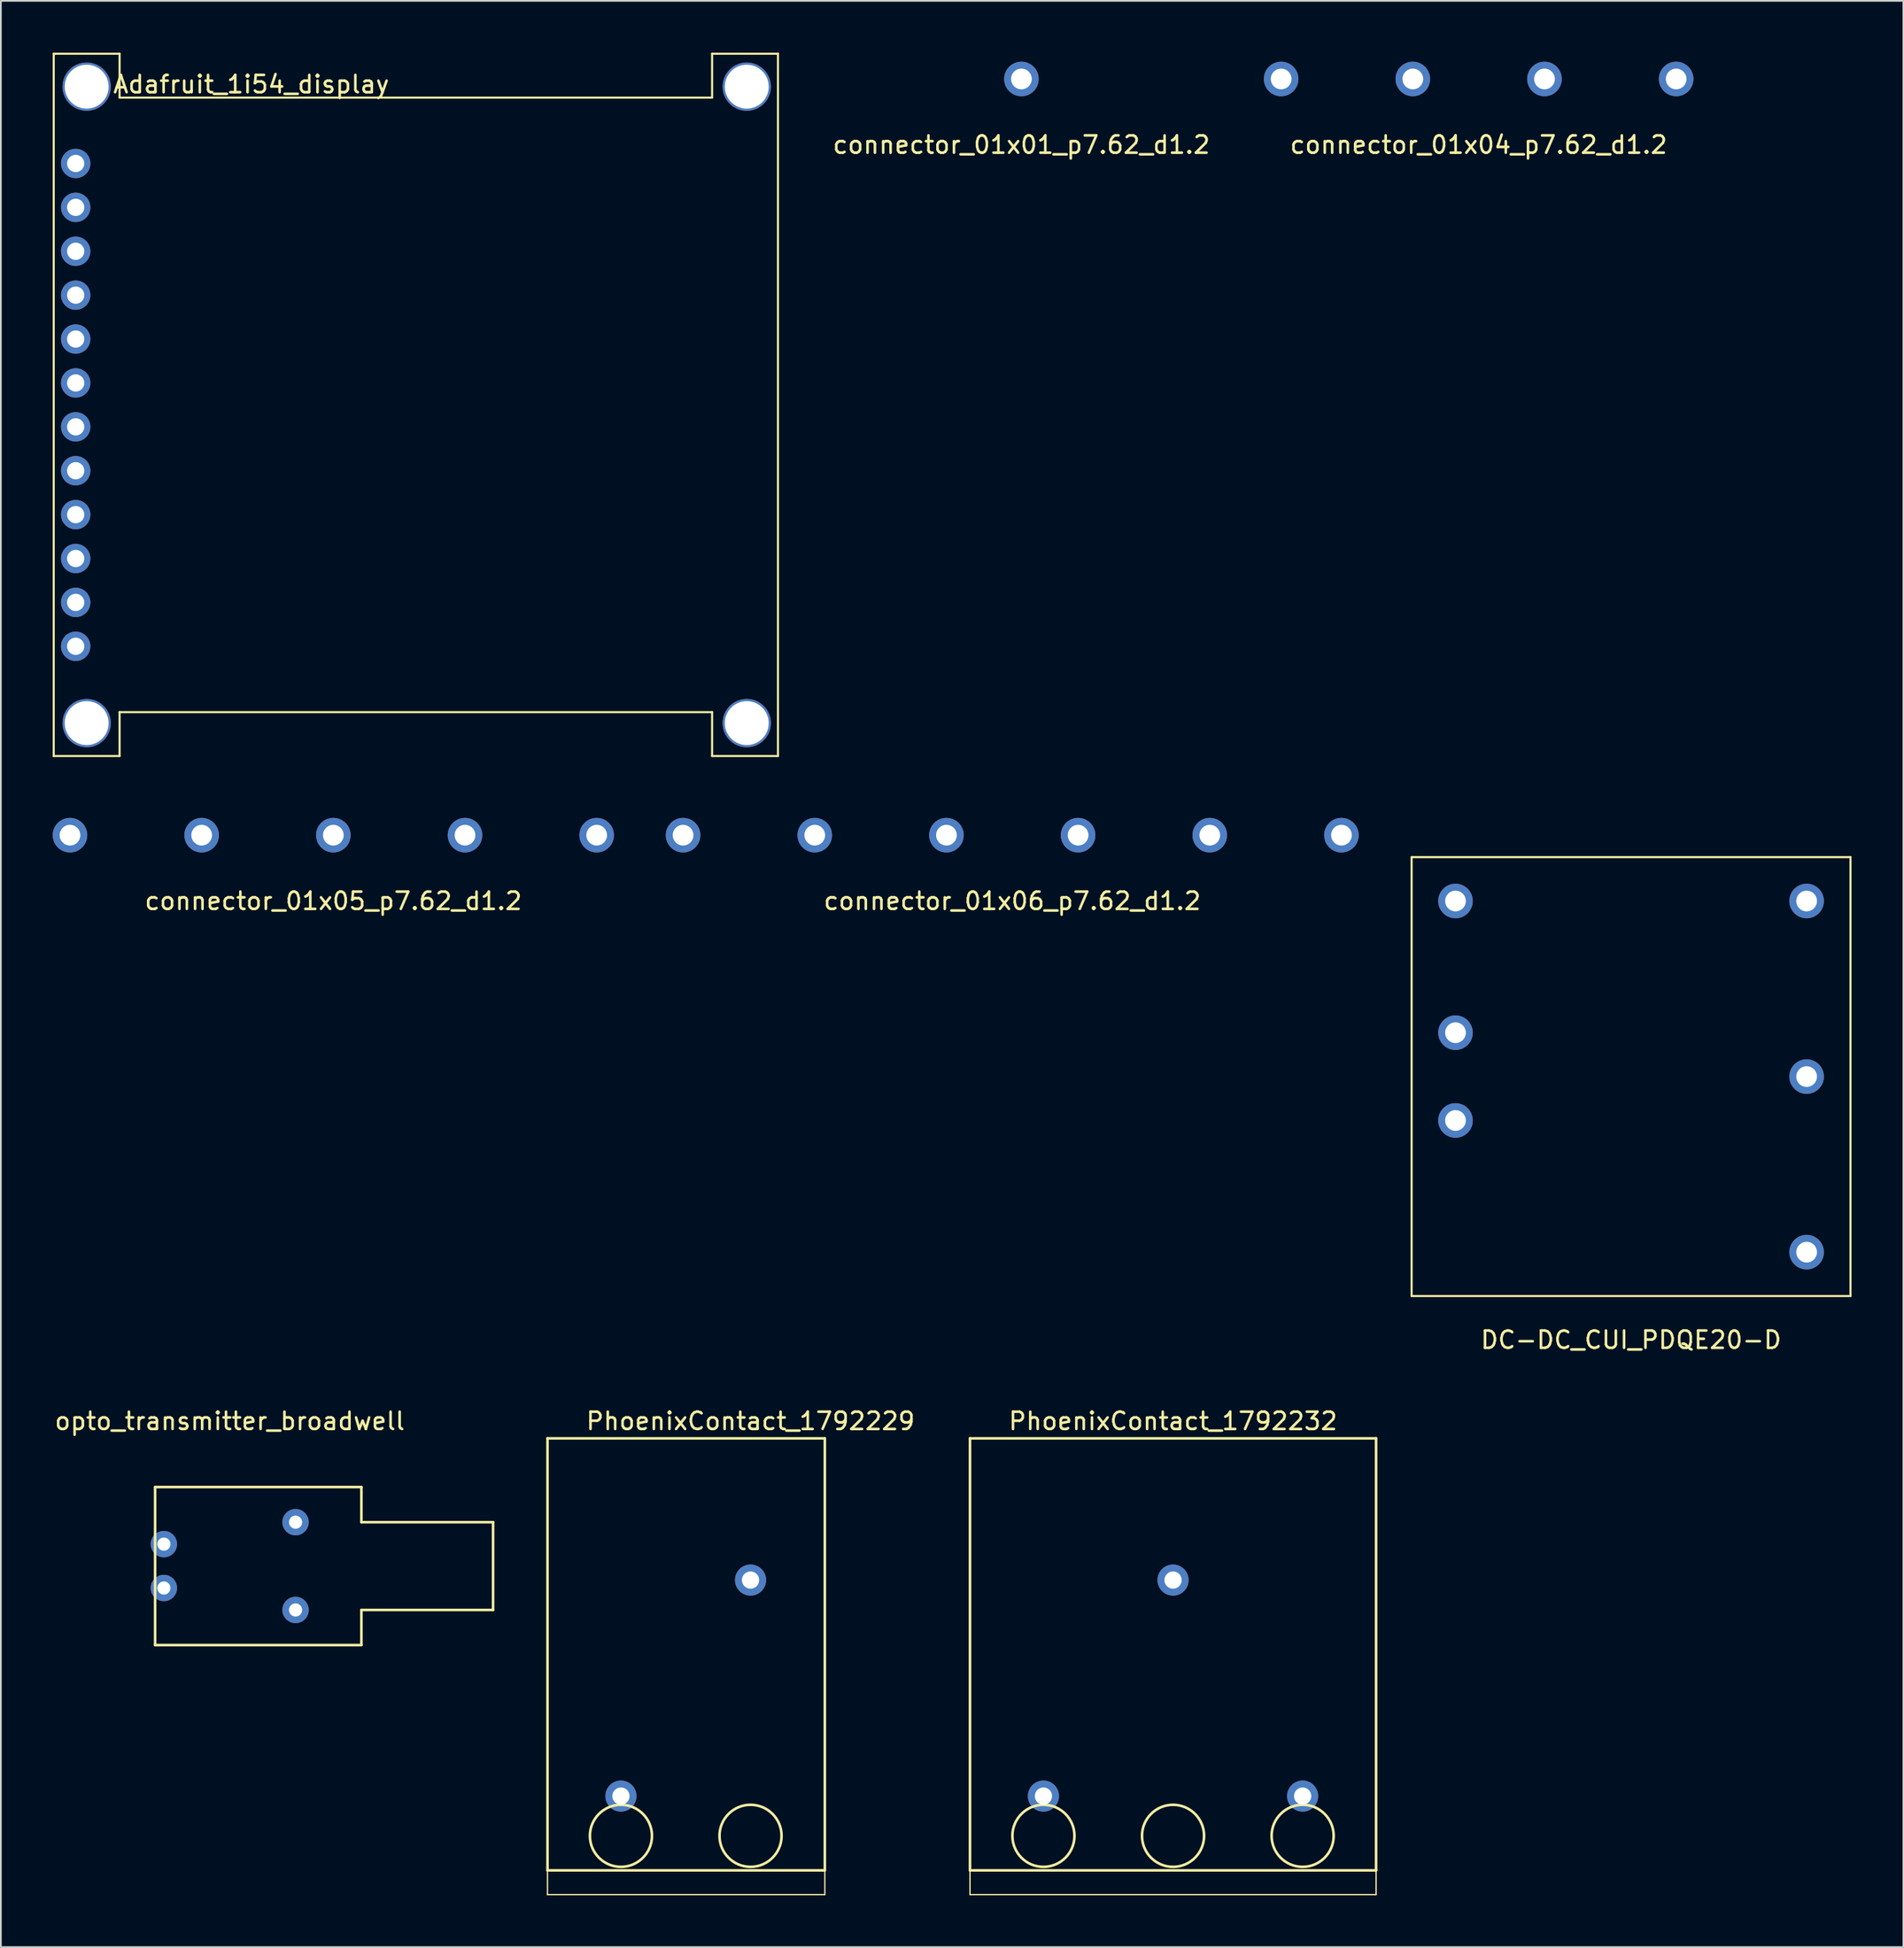
<source format=kicad_pcb>
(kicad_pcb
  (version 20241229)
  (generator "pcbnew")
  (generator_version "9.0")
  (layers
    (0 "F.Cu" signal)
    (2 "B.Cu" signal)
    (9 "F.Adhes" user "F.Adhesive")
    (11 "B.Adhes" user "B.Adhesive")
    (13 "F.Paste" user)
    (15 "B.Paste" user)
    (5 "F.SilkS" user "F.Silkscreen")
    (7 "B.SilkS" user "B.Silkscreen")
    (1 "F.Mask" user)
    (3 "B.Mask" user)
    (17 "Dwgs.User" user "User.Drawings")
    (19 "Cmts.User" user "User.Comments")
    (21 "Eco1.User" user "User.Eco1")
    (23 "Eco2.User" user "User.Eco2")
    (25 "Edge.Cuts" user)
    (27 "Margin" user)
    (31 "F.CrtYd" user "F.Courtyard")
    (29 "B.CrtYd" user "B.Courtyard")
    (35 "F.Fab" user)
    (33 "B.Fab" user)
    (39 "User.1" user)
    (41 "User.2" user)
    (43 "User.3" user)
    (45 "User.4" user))
  (footprint "Adafruit_1i54_display"
    (layer "F.Cu")
    (at 11.49 1.33)
    (property "Reference" "Adafruit_1i54_display" (at 0 0.5 0) (layer "F.SilkS") (effects (font (size 1 1) (thickness 0.15))))
    (attr through_hole)
    (fp_line (start -11.43 -1.27) (end -11.43 39.37) (stroke (width 0.12) (type solid)) (layer "F.SilkS"))
    (fp_line (start -11.43 39.37) (end -7.62 39.37) (stroke (width 0.12) (type solid)) (layer "F.SilkS"))
    (fp_line (start -7.62 -1.27) (end -11.43 -1.27) (stroke (width 0.12) (type solid)) (layer "F.SilkS"))
    (fp_line (start -7.62 1.27) (end -7.62 -1.27) (stroke (width 0.12) (type solid)) (layer "F.SilkS"))
    (fp_line (start -7.62 36.83) (end 26.67 36.83) (stroke (width 0.12) (type solid)) (layer "F.SilkS"))
    (fp_line (start -7.62 39.37) (end -7.62 36.83) (stroke (width 0.12) (type solid)) (layer "F.SilkS"))
    (fp_line (start 26.67 -1.27) (end 26.67 1.27) (stroke (width 0.12) (type solid)) (layer "F.SilkS"))
    (fp_line (start 26.67 1.27) (end -7.62 1.27) (stroke (width 0.12) (type solid)) (layer "F.SilkS"))
    (fp_line (start 26.67 36.83) (end 26.67 39.37) (stroke (width 0.12) (type solid)) (layer "F.SilkS"))
    (fp_line (start 26.67 39.37) (end 30.48 39.37) (stroke (width 0.12) (type solid)) (layer "F.SilkS"))
    (fp_line (start 30.48 -1.27) (end 26.67 -1.27) (stroke (width 0.12) (type solid)) (layer "F.SilkS"))
    (fp_line (start 30.48 39.37) (end 30.48 -1.27) (stroke (width 0.12) (type solid)) (layer "F.SilkS"))
    (pad "" thru_hole circle (at -9.525 0.635) (size 2.794 2.794) (drill 2.54) (layers "*.Cu" "*.Mask"))
    (pad "" thru_hole circle (at -9.525 37.465) (size 2.794 2.794) (drill 2.54) (layers "*.Cu" "*.Mask"))
    (pad "" thru_hole circle (at 28.675 0.635) (size 2.794 2.794) (drill 2.54) (layers "*.Cu" "*.Mask"))
    (pad "" thru_hole circle (at 28.675 37.465) (size 2.794 2.794) (drill 2.54) (layers "*.Cu" "*.Mask"))
    (pad "1" thru_hole circle (at -10.16 5.08) (size 1.7 1.7) (drill 1) (layers "*.Cu" "*.Mask"))
    (pad "2" thru_hole circle (at -10.16 7.62) (size 1.7 1.7) (drill 1) (layers "*.Cu" "*.Mask"))
    (pad "3" thru_hole circle (at -10.16 10.16) (size 1.7 1.7) (drill 1) (layers "*.Cu" "*.Mask"))
    (pad "4" thru_hole circle (at -10.16 12.7) (size 1.7 1.7) (drill 1) (layers "*.Cu" "*.Mask"))
    (pad "5" thru_hole circle (at -10.16 15.24) (size 1.7 1.7) (drill 1) (layers "*.Cu" "*.Mask"))
    (pad "6" thru_hole circle (at -10.16 17.78) (size 1.7 1.7) (drill 1) (layers "*.Cu" "*.Mask"))
    (pad "7" thru_hole circle (at -10.16 20.32) (size 1.7 1.7) (drill 1) (layers "*.Cu" "*.Mask"))
    (pad "8" thru_hole circle (at -10.16 22.86) (size 1.7 1.7) (drill 1) (layers "*.Cu" "*.Mask"))
    (pad "9" thru_hole circle (at -10.16 25.4) (size 1.7 1.7) (drill 1) (layers "*.Cu" "*.Mask"))
    (pad "10" thru_hole circle (at -10.16 27.94) (size 1.7 1.7) (drill 1) (layers "*.Cu" "*.Mask"))
    (pad "11" thru_hole circle (at -10.16 30.48) (size 1.7 1.7) (drill 1) (layers "*.Cu" "*.Mask"))
    (pad "12" thru_hole circle (at -10.16 33.02) (size 1.7 1.7) (drill 1) (layers "*.Cu" "*.Mask")))
  (footprint "PhoenixContact_1792232"
    (layer "F.Cu")
    (at 64.834 78.686)
    (property "Reference" "PhoenixContact_1792232" (at 0 0.5 0) (layer "F.SilkS") (effects (font (size 1 1) (thickness 0.15))))
    (attr through_hole)
    (fp_line (start -11.75 1.5) (end 11.75 1.5) (stroke (width 0.15) (type solid)) (layer "F.SilkS"))
    (fp_line (start -11.75 26.5) (end -11.75 1.5) (stroke (width 0.15) (type solid)) (layer "F.SilkS"))
    (fp_line (start -11.75 27.9) (end -11.75 26.5) (stroke (width 0.075) (type solid)) (layer "F.SilkS"))
    (fp_line (start 11.75 1.5) (end 11.75 26.5) (stroke (width 0.15) (type solid)) (layer "F.SilkS"))
    (fp_line (start 11.75 26.4) (end 11.75 27.9) (stroke (width 0.075) (type solid)) (layer "F.SilkS"))
    (fp_line (start 11.75 26.5) (end -11.75 26.5) (stroke (width 0.15) (type solid)) (layer "F.SilkS"))
    (fp_line (start 11.75 27.9) (end -11.75 27.9) (stroke (width 0.075) (type solid)) (layer "F.SilkS"))
    (fp_circle (center -7.5 24.5) (end -8.77 25.77) (stroke (width 0.15) (type solid)) (fill no) (layer "F.SilkS"))
    (fp_circle (center 0 24.5) (end -1.27 23.23) (stroke (width 0.15) (type solid)) (fill no) (layer "F.SilkS"))
    (fp_circle (center 7.5 24.5) (end 6.23 23.23) (stroke (width 0.15) (type solid)) (fill no) (layer "F.SilkS"))
    (pad "1" thru_hole circle (at -7.5 22.2) (size 1.8 1.8) (drill 1) (layers "*.Cu" "*.Mask"))
    (pad "2" thru_hole circle (at 0 9.7) (size 1.8 1.8) (drill 1) (layers "*.Cu" "*.Mask"))
    (pad "3" thru_hole circle (at 7.5 22.2) (size 1.8 1.8) (drill 1) (layers "*.Cu" "*.Mask")))
  (footprint "connector_01x05_p7.62_d1.2"
    (layer "F.Cu")
    (at 16.24 44.01)
    (property "Reference" "connector_01x05_p7.62_d1.2" (at 0 5.08 0) (layer "F.SilkS") (effects (font (size 1 1) (thickness 0.15))))
    (attr through_hole)
    (pad "1" thru_hole circle (at -15.24 1.27) (size 2 2) (drill 1.2) (layers "*.Cu" "*.Mask"))
    (pad "2" thru_hole circle (at -7.62 1.27) (size 2 2) (drill 1.2) (layers "*.Cu" "*.Mask"))
    (pad "3" thru_hole circle (at 0 1.27) (size 2 2) (drill 1.2) (layers "*.Cu" "*.Mask"))
    (pad "4" thru_hole circle (at 7.62 1.27) (size 2 2) (drill 1.2) (layers "*.Cu" "*.Mask"))
    (pad "5" thru_hole circle (at 15.24 1.27) (size 2 2) (drill 1.2) (layers "*.Cu" "*.Mask")))
  (footprint "connector_01x04_p7.62_d1.2"
    (layer "F.Cu")
    (at 82.52 0.25)
    (property "Reference" "connector_01x04_p7.62_d1.2" (at 0 5.08 0) (layer "F.SilkS") (effects (font (size 1 1) (thickness 0.15))))
    (attr through_hole)
    (pad "1" thru_hole circle (at -11.43 1.27) (size 2 2) (drill 1.2) (layers "*.Cu" "*.Mask"))
    (pad "2" thru_hole circle (at -3.81 1.27) (size 2 2) (drill 1.2) (layers "*.Cu" "*.Mask"))
    (pad "3" thru_hole circle (at 3.81 1.27) (size 2 2) (drill 1.2) (layers "*.Cu" "*.Mask"))
    (pad "4" thru_hole circle (at 11.43 1.27) (size 2 2) (drill 1.2) (layers "*.Cu" "*.Mask")))
  (footprint "DC-DC_CUI_PDQE20-D"
    (layer "F.Cu")
    (at 91.34 44.01)
    (property "Reference" "DC-DC_CUI_PDQE20-D" (at 0 30.48 0) (layer "F.SilkS") (effects (font (size 1 1) (thickness 0.15))))
    (attr through_hole)
    (fp_line (start -12.7 2.54) (end -12.7 27.94) (stroke (width 0.12) (type solid)) (layer "F.SilkS"))
    (fp_line (start -12.7 27.94) (end 12.7 27.94) (stroke (width 0.12) (type solid)) (layer "F.SilkS"))
    (fp_line (start 12.7 2.54) (end -12.7 2.54) (stroke (width 0.12) (type solid)) (layer "F.SilkS"))
    (fp_line (start 12.7 27.94) (end 12.7 2.54) (stroke (width 0.12) (type solid)) (layer "F.SilkS"))
    (pad "1" thru_hole circle (at -10.16 5.08) (size 2 2) (drill 1.2) (layers "*.Cu" "*.Mask"))
    (pad "2" thru_hole circle (at -10.16 12.7) (size 2 2) (drill 1.2) (layers "*.Cu" "*.Mask"))
    (pad "3" thru_hole circle (at -10.16 17.78) (size 2 2) (drill 1.2) (layers "*.Cu" "*.Mask"))
    (pad "4" thru_hole circle (at 10.16 25.4) (size 2 2) (drill 1.2) (layers "*.Cu" "*.Mask"))
    (pad "5" thru_hole circle (at 10.16 15.24) (size 2 2) (drill 1.2) (layers "*.Cu" "*.Mask"))
    (pad "6" thru_hole circle (at 10.16 5.08) (size 2 2) (drill 1.2) (layers "*.Cu" "*.Mask")))
  (footprint "connector_01x01_p7.62_d1.2"
    (layer "F.Cu")
    (at 56.06 0.25)
    (property "Reference" "connector_01x01_p7.62_d1.2" (at 0 5.08 0) (layer "F.SilkS") (effects (font (size 1 1) (thickness 0.15))))
    (attr through_hole)
    (pad "1" thru_hole circle (at 0 1.27) (size 2 2) (drill 1.2) (layers "*.Cu" "*.Mask")))
  (footprint "opto_transmitter_broadwell"
    (layer "F.Cu")
    (at 10.244 78.686)
    (property "Reference" "opto_transmitter_broadwell" (at 0 0.5 0) (layer "F.SilkS") (effects (font (size 1 1) (thickness 0.15))))
    (attr through_hole)
    (fp_line (start -4.318 4.318) (end -4.318 13.462) (stroke (width 0.15) (type solid)) (layer "F.SilkS"))
    (fp_line (start -4.318 13.462) (end 7.62 13.462) (stroke (width 0.15) (type solid)) (layer "F.SilkS"))
    (fp_line (start 7.62 4.318) (end -4.318 4.318) (stroke (width 0.15) (type solid)) (layer "F.SilkS"))
    (fp_line (start 7.62 6.35) (end 7.62 4.318) (stroke (width 0.15) (type solid)) (layer "F.SilkS"))
    (fp_line (start 7.62 11.43) (end 15.24 11.43) (stroke (width 0.15) (type solid)) (layer "F.SilkS"))
    (fp_line (start 7.62 13.462) (end 7.62 11.43) (stroke (width 0.15) (type solid)) (layer "F.SilkS"))
    (fp_line (start 15.24 6.35) (end 7.62 6.35) (stroke (width 0.15) (type solid)) (layer "F.SilkS"))
    (fp_line (start 15.24 11.43) (end 15.24 6.35) (stroke (width 0.15) (type solid)) (layer "F.SilkS"))
    (pad "1" thru_hole circle (at -3.81 7.62) (size 1.524 1.524) (drill 0.762) (layers "*.Cu" "*.Mask"))
    (pad "2" thru_hole circle (at -3.81 10.16) (size 1.524 1.524) (drill 0.762) (layers "*.Cu" "*.Mask"))
    (pad "3" thru_hole circle (at 3.81 6.35) (size 1.524 1.524) (drill 0.762) (layers "*.Cu" "*.Mask"))
    (pad "4" thru_hole circle (at 3.81 11.43) (size 1.524 1.524) (drill 0.762) (layers "*.Cu" "*.Mask")))
  (footprint "connector_01x06_p7.62_d1.2"
    (layer "F.Cu")
    (at 55.53 44.01)
    (property "Reference" "connector_01x06_p7.62_d1.2" (at 0 5.08 0) (layer "F.SilkS") (effects (font (size 1 1) (thickness 0.15))))
    (attr through_hole)
    (pad "1" thru_hole circle (at -19.05 1.27) (size 2 2) (drill 1.2) (layers "*.Cu" "*.Mask"))
    (pad "2" thru_hole circle (at -11.43 1.27) (size 2 2) (drill 1.2) (layers "*.Cu" "*.Mask"))
    (pad "3" thru_hole circle (at -3.81 1.27) (size 2 2) (drill 1.2) (layers "*.Cu" "*.Mask"))
    (pad "4" thru_hole circle (at 3.81 1.27) (size 2 2) (drill 1.2) (layers "*.Cu" "*.Mask"))
    (pad "5" thru_hole circle (at 11.43 1.27) (size 2 2) (drill 1.2) (layers "*.Cu" "*.Mask"))
    (pad "6" thru_hole circle (at 19.05 1.27) (size 2 2) (drill 1.2) (layers "*.Cu" "*.Mask")))
  (footprint "PhoenixContact_1792229"
    (layer "F.Cu")
    (at 40.384 78.686)
    (property "Reference" "PhoenixContact_1792229" (at 0 0.5 0) (layer "F.SilkS") (effects (font (size 1 1) (thickness 0.15))))
    (attr through_hole)
    (fp_line (start -11.75 1.5) (end 4.3 1.5) (stroke (width 0.15) (type solid)) (layer "F.SilkS"))
    (fp_line (start -11.75 26.5) (end -11.75 1.5) (stroke (width 0.15) (type solid)) (layer "F.SilkS"))
    (fp_line (start -11.75 27.9) (end -11.75 26.5) (stroke (width 0.075) (type solid)) (layer "F.SilkS"))
    (fp_line (start 4.3 1.5) (end 4.3 26.5) (stroke (width 0.15) (type solid)) (layer "F.SilkS"))
    (fp_line (start 4.3 26.5) (end -11.75 26.5) (stroke (width 0.15) (type solid)) (layer "F.SilkS"))
    (fp_line (start 4.3 26.5) (end 4.3 27.9) (stroke (width 0.075) (type solid)) (layer "F.SilkS"))
    (fp_line (start 4.3 27.9) (end -11.75 27.9) (stroke (width 0.075) (type solid)) (layer "F.SilkS"))
    (fp_circle (center -7.5 24.5) (end -8.77 25.77) (stroke (width 0.15) (type solid)) (fill no) (layer "F.SilkS"))
    (fp_circle (center 0 24.5) (end -1.27 23.23) (stroke (width 0.15) (type solid)) (fill no) (layer "F.SilkS"))
    (pad "1" thru_hole circle (at -7.5 22.2) (size 1.8 1.8) (drill 1) (layers "*.Cu" "*.Mask"))
    (pad "2" thru_hole circle (at 0 9.7) (size 1.8 1.8) (drill 1) (layers "*.Cu" "*.Mask")))
  (gr_rect
    (start -3 -3)
    (end 107.1 109.624)
    (stroke (width 0.1) (type default))
    (fill no)
    (layer "Edge.Cuts")))
</source>
